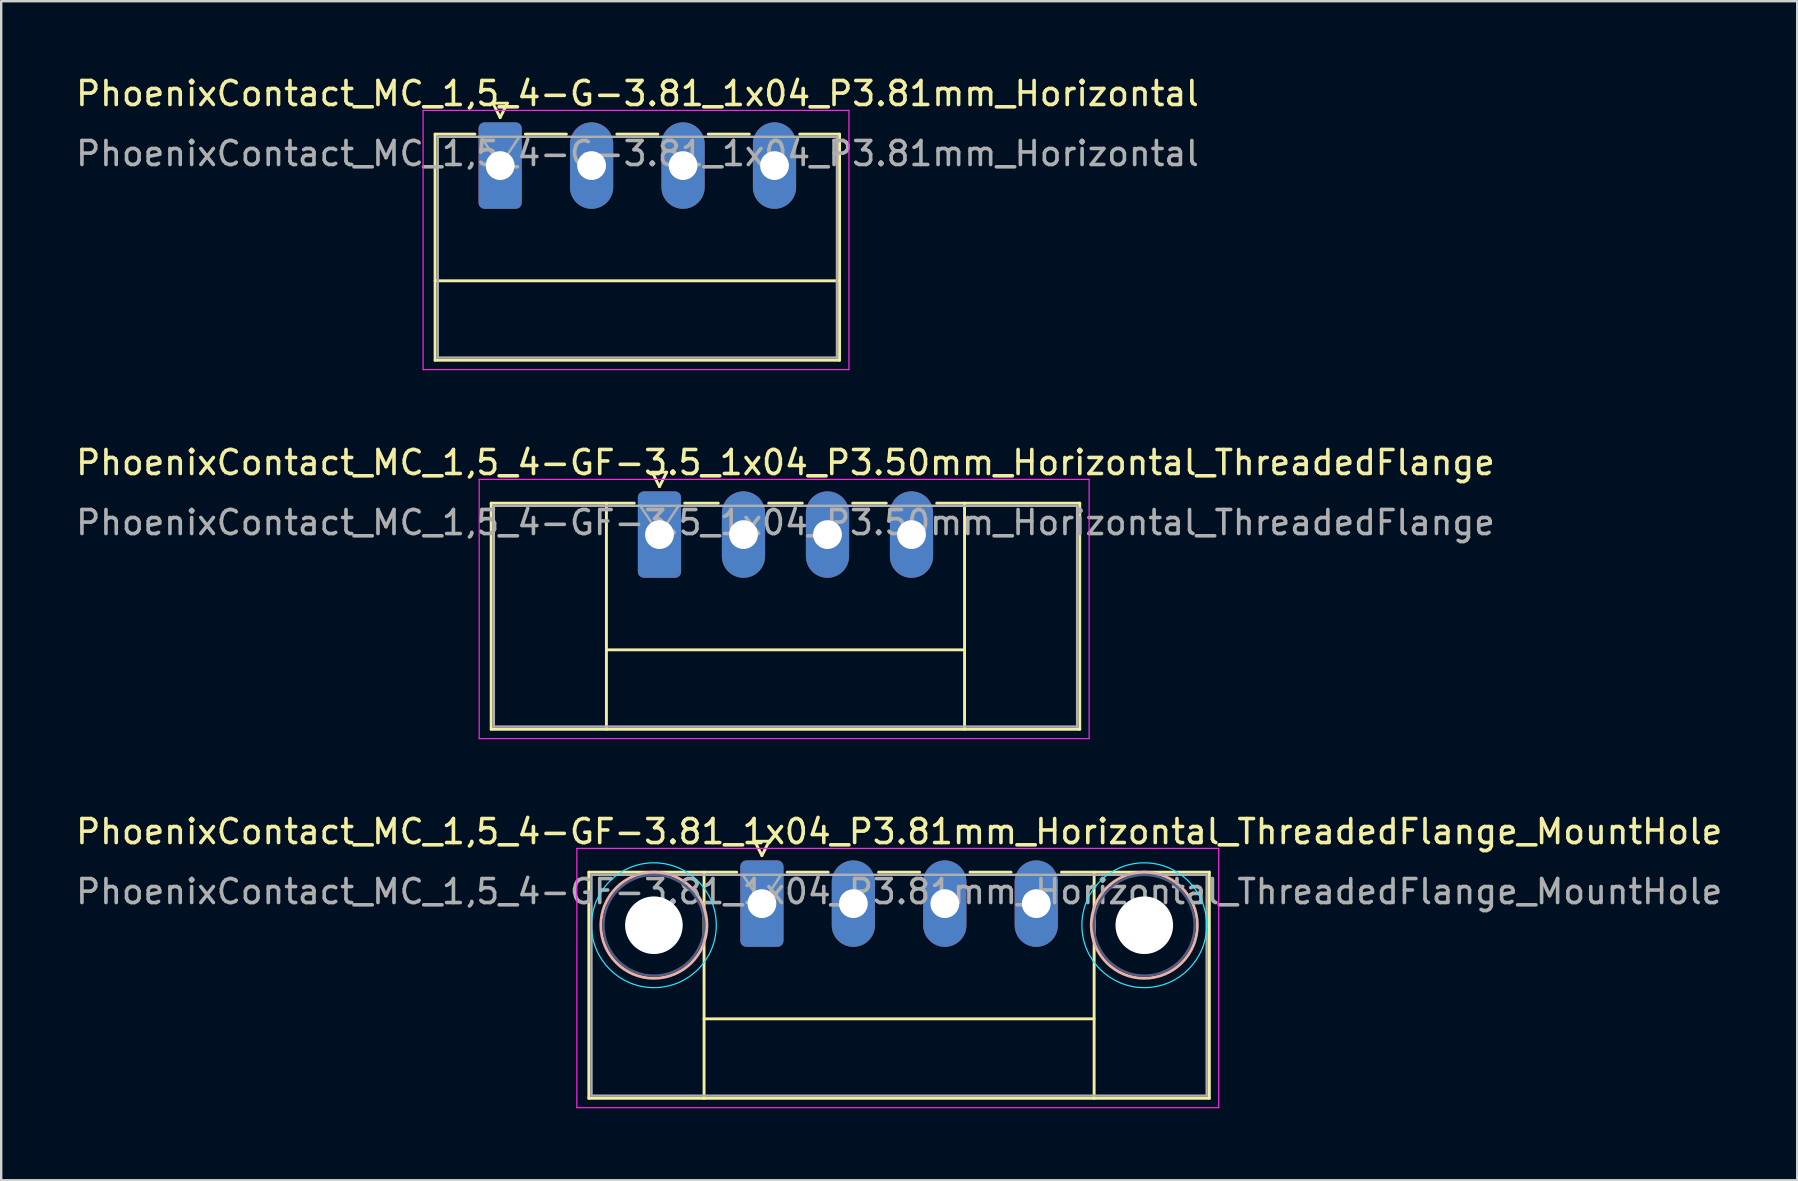
<source format=kicad_pcb>
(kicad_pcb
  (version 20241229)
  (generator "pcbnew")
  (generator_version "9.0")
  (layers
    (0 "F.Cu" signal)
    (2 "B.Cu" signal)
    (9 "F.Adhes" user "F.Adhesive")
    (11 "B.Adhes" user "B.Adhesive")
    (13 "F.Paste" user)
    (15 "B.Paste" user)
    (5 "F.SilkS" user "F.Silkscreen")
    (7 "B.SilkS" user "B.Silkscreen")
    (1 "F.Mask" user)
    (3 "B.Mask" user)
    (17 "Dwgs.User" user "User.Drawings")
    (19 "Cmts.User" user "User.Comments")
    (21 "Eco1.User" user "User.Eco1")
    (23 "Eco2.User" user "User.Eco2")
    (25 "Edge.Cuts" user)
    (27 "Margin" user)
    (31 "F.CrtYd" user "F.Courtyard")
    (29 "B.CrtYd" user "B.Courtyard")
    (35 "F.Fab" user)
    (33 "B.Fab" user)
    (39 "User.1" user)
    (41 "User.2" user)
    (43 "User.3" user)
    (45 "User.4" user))
  (footprint "PhoenixContact_MC_1,5_4-G-3.81_1x04_P3.81mm_Horizontal"
    (layer "F.Cu")
    (at 17.786 3.848)
    (property "Reference" "PhoenixContact_MC_1,5_4-G-3.81_1x04_P3.81mm_Horizontal" (at 5.72 -3 0) (layer "F.SilkS") (effects (font (size 1 1) (thickness 0.15))))
    (attr through_hole)
    (fp_line (start -2.71 -1.31) (end -2.71 8.11) (stroke (width 0.12) (type solid)) (layer "F.SilkS"))
    (fp_line (start -2.71 -1.31) (end -1.05 -1.31) (stroke (width 0.12) (type solid)) (layer "F.SilkS"))
    (fp_line (start -2.71 4.8) (end 14.14 4.8) (stroke (width 0.12) (type solid)) (layer "F.SilkS"))
    (fp_line (start -2.71 8.11) (end 14.14 8.11) (stroke (width 0.12) (type solid)) (layer "F.SilkS"))
    (fp_line (start -0.3 -2.6) (end 0.3 -2.6) (stroke (width 0.12) (type solid)) (layer "F.SilkS"))
    (fp_line (start 0 -2) (end -0.3 -2.6) (stroke (width 0.12) (type solid)) (layer "F.SilkS"))
    (fp_line (start 0.3 -2.6) (end 0 -2) (stroke (width 0.12) (type solid)) (layer "F.SilkS"))
    (fp_line (start 1.05 -1.31) (end 2.76 -1.31) (stroke (width 0.12) (type solid)) (layer "F.SilkS"))
    (fp_line (start 4.86 -1.31) (end 6.57 -1.31) (stroke (width 0.12) (type solid)) (layer "F.SilkS"))
    (fp_line (start 8.67 -1.31) (end 10.38 -1.31) (stroke (width 0.12) (type solid)) (layer "F.SilkS"))
    (fp_line (start 14.14 -1.31) (end 12.48 -1.31) (stroke (width 0.12) (type solid)) (layer "F.SilkS"))
    (fp_line (start 14.14 8.11) (end 14.14 -1.31) (stroke (width 0.12) (type solid)) (layer "F.SilkS"))
    (fp_line (start -3.21 -2.3) (end -3.21 8.5) (stroke (width 0.05) (type solid)) (layer "F.CrtYd"))
    (fp_line (start -3.21 8.5) (end 14.53 8.5) (stroke (width 0.05) (type solid)) (layer "F.CrtYd"))
    (fp_line (start 14.53 -2.3) (end -3.21 -2.3) (stroke (width 0.05) (type solid)) (layer "F.CrtYd"))
    (fp_line (start 14.53 8.5) (end 14.53 -2.3) (stroke (width 0.05) (type solid)) (layer "F.CrtYd"))
    (fp_line (start -2.6 -1.2) (end -2.6 8) (stroke (width 0.1) (type solid)) (layer "F.Fab"))
    (fp_line (start -2.6 8) (end 14.03 8) (stroke (width 0.1) (type solid)) (layer "F.Fab"))
    (fp_line (start 0 0) (end -0.8 -1.2) (stroke (width 0.1) (type solid)) (layer "F.Fab"))
    (fp_line (start 0.8 -1.2) (end 0 0) (stroke (width 0.1) (type solid)) (layer "F.Fab"))
    (fp_line (start 14.03 -1.2) (end -2.6 -1.2) (stroke (width 0.1) (type solid)) (layer "F.Fab"))
    (fp_line (start 14.03 8) (end 14.03 -1.2) (stroke (width 0.1) (type solid)) (layer "F.Fab"))
    (fp_text user "${REFERENCE}" (at 5.72 -0.5 0) (layer "F.Fab") (effects (font (size 1 1) (thickness 0.15))))
    (pad "1" thru_hole roundrect (at 0 0) (size 1.8 3.6) (drill 1.2) (layers "*.Cu" "*.Mask") (roundrect_rratio 0.139))
    (pad "2" thru_hole oval (at 3.81 0) (size 1.8 3.6) (drill 1.2) (layers "*.Cu" "*.Mask"))
    (pad "3" thru_hole oval (at 7.62 0) (size 1.8 3.6) (drill 1.2) (layers "*.Cu" "*.Mask"))
    (pad "4" thru_hole oval (at 11.43 0) (size 1.8 3.6) (drill 1.2) (layers "*.Cu" "*.Mask")))
  (footprint "PhoenixContact_MC_1,5_4-GF-3.5_1x04_P3.50mm_Horizontal_ThreadedFlange"
    (layer "F.Cu")
    (at 24.423 19.221)
    (property "Reference" "PhoenixContact_MC_1,5_4-GF-3.5_1x04_P3.50mm_Horizontal_ThreadedFlange" (at 5.25 -3 0) (layer "F.SilkS") (effects (font (size 1 1) (thickness 0.15))))
    (attr through_hole)
    (fp_line (start -7.01 -1.31) (end -7.01 8.11) (stroke (width 0.12) (type solid)) (layer "F.SilkS"))
    (fp_line (start -7.01 -1.31) (end -1.05 -1.31) (stroke (width 0.12) (type solid)) (layer "F.SilkS"))
    (fp_line (start -7.01 8.11) (end 17.51 8.11) (stroke (width 0.12) (type solid)) (layer "F.SilkS"))
    (fp_line (start -2.21 -1.31) (end -2.21 8.11) (stroke (width 0.12) (type solid)) (layer "F.SilkS"))
    (fp_line (start -2.21 4.8) (end 12.71 4.8) (stroke (width 0.12) (type solid)) (layer "F.SilkS"))
    (fp_line (start -0.3 -2.6) (end 0.3 -2.6) (stroke (width 0.12) (type solid)) (layer "F.SilkS"))
    (fp_line (start 0 -2) (end -0.3 -2.6) (stroke (width 0.12) (type solid)) (layer "F.SilkS"))
    (fp_line (start 0.3 -2.6) (end 0 -2) (stroke (width 0.12) (type solid)) (layer "F.SilkS"))
    (fp_line (start 1.05 -1.31) (end 2.45 -1.31) (stroke (width 0.12) (type solid)) (layer "F.SilkS"))
    (fp_line (start 4.55 -1.31) (end 5.95 -1.31) (stroke (width 0.12) (type solid)) (layer "F.SilkS"))
    (fp_line (start 8.05 -1.31) (end 9.45 -1.31) (stroke (width 0.12) (type solid)) (layer "F.SilkS"))
    (fp_line (start 12.71 -1.31) (end 12.71 8.11) (stroke (width 0.12) (type solid)) (layer "F.SilkS"))
    (fp_line (start 17.51 -1.31) (end 11.55 -1.31) (stroke (width 0.12) (type solid)) (layer "F.SilkS"))
    (fp_line (start 17.51 8.11) (end 17.51 -1.31) (stroke (width 0.12) (type solid)) (layer "F.SilkS"))
    (fp_line (start -7.51 -2.3) (end -7.51 8.5) (stroke (width 0.05) (type solid)) (layer "F.CrtYd"))
    (fp_line (start -7.51 8.5) (end 17.9 8.5) (stroke (width 0.05) (type solid)) (layer "F.CrtYd"))
    (fp_line (start 17.9 -2.3) (end -7.51 -2.3) (stroke (width 0.05) (type solid)) (layer "F.CrtYd"))
    (fp_line (start 17.9 8.5) (end 17.9 -2.3) (stroke (width 0.05) (type solid)) (layer "F.CrtYd"))
    (fp_line (start -6.9 -1.2) (end -6.9 8) (stroke (width 0.1) (type solid)) (layer "F.Fab"))
    (fp_line (start -6.9 8) (end 17.4 8) (stroke (width 0.1) (type solid)) (layer "F.Fab"))
    (fp_line (start 0 0) (end -0.8 -1.2) (stroke (width 0.1) (type solid)) (layer "F.Fab"))
    (fp_line (start 0.8 -1.2) (end 0 0) (stroke (width 0.1) (type solid)) (layer "F.Fab"))
    (fp_line (start 17.4 -1.2) (end -6.9 -1.2) (stroke (width 0.1) (type solid)) (layer "F.Fab"))
    (fp_line (start 17.4 8) (end 17.4 -1.2) (stroke (width 0.1) (type solid)) (layer "F.Fab"))
    (fp_text user "${REFERENCE}" (at 5.25 -0.5 0) (layer "F.Fab") (effects (font (size 1 1) (thickness 0.15))))
    (pad "1" thru_hole roundrect (at 0 0) (size 1.8 3.6) (drill 1.2) (layers "*.Cu" "*.Mask") (roundrect_rratio 0.139))
    (pad "2" thru_hole oval (at 3.5 0) (size 1.8 3.6) (drill 1.2) (layers "*.Cu" "*.Mask"))
    (pad "3" thru_hole oval (at 7 0) (size 1.8 3.6) (drill 1.2) (layers "*.Cu" "*.Mask"))
    (pad "4" thru_hole oval (at 10.5 0) (size 1.8 3.6) (drill 1.2) (layers "*.Cu" "*.Mask")))
  (footprint "PhoenixContact_MC_1,5_4-GF-3.81_1x04_P3.81mm_Horizontal_ThreadedFlange_MountHole"
    (layer "F.Cu")
    (at 28.691 34.595)
    (property "Reference" "PhoenixContact_MC_1,5_4-GF-3.81_1x04_P3.81mm_Horizontal_ThreadedFlange_MountHole" (at 5.72 -3 0) (layer "F.SilkS") (effects (font (size 1 1) (thickness 0.15))))
    (attr through_hole)
    (fp_line (start -7.21 -1.31) (end -7.21 8.11) (stroke (width 0.12) (type solid)) (layer "F.SilkS"))
    (fp_line (start -7.21 -1.31) (end -1.05 -1.31) (stroke (width 0.12) (type solid)) (layer "F.SilkS"))
    (fp_line (start -7.21 8.11) (end 18.64 8.11) (stroke (width 0.12) (type solid)) (layer "F.SilkS"))
    (fp_line (start -2.41 -1.31) (end -2.41 8.11) (stroke (width 0.12) (type solid)) (layer "F.SilkS"))
    (fp_line (start -2.41 4.8) (end 13.84 4.8) (stroke (width 0.12) (type solid)) (layer "F.SilkS"))
    (fp_line (start -0.3 -2.6) (end 0.3 -2.6) (stroke (width 0.12) (type solid)) (layer "F.SilkS"))
    (fp_line (start 0 -2) (end -0.3 -2.6) (stroke (width 0.12) (type solid)) (layer "F.SilkS"))
    (fp_line (start 0.3 -2.6) (end 0 -2) (stroke (width 0.12) (type solid)) (layer "F.SilkS"))
    (fp_line (start 1.05 -1.31) (end 2.76 -1.31) (stroke (width 0.12) (type solid)) (layer "F.SilkS"))
    (fp_line (start 4.86 -1.31) (end 6.57 -1.31) (stroke (width 0.12) (type solid)) (layer "F.SilkS"))
    (fp_line (start 8.67 -1.31) (end 10.38 -1.31) (stroke (width 0.12) (type solid)) (layer "F.SilkS"))
    (fp_line (start 13.84 -1.31) (end 13.84 8.11) (stroke (width 0.12) (type solid)) (layer "F.SilkS"))
    (fp_line (start 18.64 -1.31) (end 12.48 -1.31) (stroke (width 0.12) (type solid)) (layer "F.SilkS"))
    (fp_line (start 18.64 8.11) (end 18.64 -1.31) (stroke (width 0.12) (type solid)) (layer "F.SilkS"))
    (fp_circle (center -4.5 0.9) (end -2.29 0.9) (stroke (width 0.12) (type solid)) (fill no) (layer "B.SilkS"))
    (fp_circle (center 15.93 0.9) (end 18.14 0.9) (stroke (width 0.12) (type solid)) (fill no) (layer "B.SilkS"))
    (fp_circle (center -4.5 0.9) (end -1.9 0.9) (stroke (width 0.05) (type solid)) (fill no) (layer "B.CrtYd"))
    (fp_circle (center 15.93 0.9) (end 18.53 0.9) (stroke (width 0.05) (type solid)) (fill no) (layer "B.CrtYd"))
    (fp_line (start -7.71 -2.3) (end -7.71 8.5) (stroke (width 0.05) (type solid)) (layer "F.CrtYd"))
    (fp_line (start -7.71 8.5) (end 19.03 8.5) (stroke (width 0.05) (type solid)) (layer "F.CrtYd"))
    (fp_line (start 19.03 -2.3) (end -7.71 -2.3) (stroke (width 0.05) (type solid)) (layer "F.CrtYd"))
    (fp_line (start 19.03 8.5) (end 19.03 -2.3) (stroke (width 0.05) (type solid)) (layer "F.CrtYd"))
    (fp_circle (center -4.5 0.9) (end -2.4 0.9) (stroke (width 0.1) (type solid)) (fill no) (layer "B.Fab"))
    (fp_circle (center 15.93 0.9) (end 18.03 0.9) (stroke (width 0.1) (type solid)) (fill no) (layer "B.Fab"))
    (fp_line (start -7.1 -1.2) (end -7.1 8) (stroke (width 0.1) (type solid)) (layer "F.Fab"))
    (fp_line (start -7.1 8) (end 18.53 8) (stroke (width 0.1) (type solid)) (layer "F.Fab"))
    (fp_line (start 0 0) (end -0.8 -1.2) (stroke (width 0.1) (type solid)) (layer "F.Fab"))
    (fp_line (start 0.8 -1.2) (end 0 0) (stroke (width 0.1) (type solid)) (layer "F.Fab"))
    (fp_line (start 18.53 -1.2) (end -7.1 -1.2) (stroke (width 0.1) (type solid)) (layer "F.Fab"))
    (fp_line (start 18.53 8) (end 18.53 -1.2) (stroke (width 0.1) (type solid)) (layer "F.Fab"))
    (fp_text user "${REFERENCE}" (at 5.72 -0.5 0) (layer "F.Fab") (effects (font (size 1 1) (thickness 0.15))))
    (pad "" np_thru_hole circle (at -4.5 0.9) (size 2.4 2.4) (drill 2.4) (layers "*.Cu" "*.Mask"))
    (pad "" np_thru_hole circle (at 15.93 0.9) (size 2.4 2.4) (drill 2.4) (layers "*.Cu" "*.Mask"))
    (pad "1" thru_hole roundrect (at 0 0) (size 1.8 3.6) (drill 1.2) (layers "*.Cu" "*.Mask") (roundrect_rratio 0.139))
    (pad "2" thru_hole oval (at 3.81 0) (size 1.8 3.6) (drill 1.2) (layers "*.Cu" "*.Mask"))
    (pad "3" thru_hole oval (at 7.62 0) (size 1.8 3.6) (drill 1.2) (layers "*.Cu" "*.Mask"))
    (pad "4" thru_hole oval (at 11.43 0) (size 1.8 3.6) (drill 1.2) (layers "*.Cu" "*.Mask")))
  (gr_rect
    (start -3 -3)
    (end 71.821 46.12)
    (stroke (width 0.1) (type default))
    (fill no)
    (layer "Edge.Cuts")))
</source>
